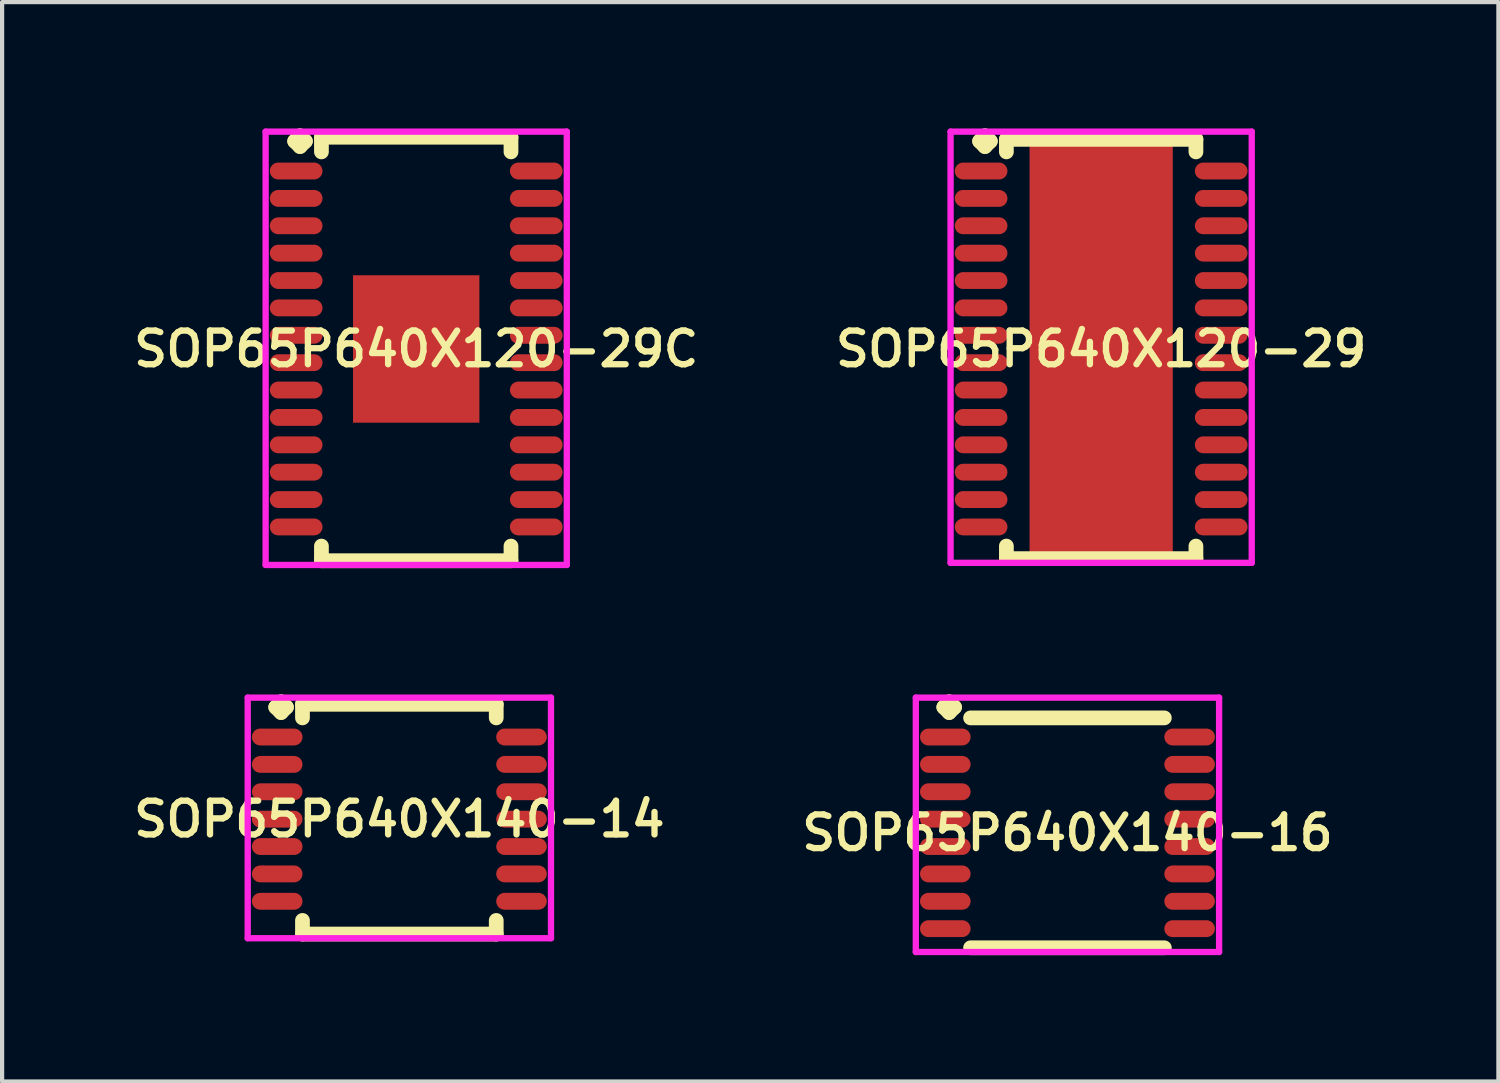
<source format=kicad_pcb>
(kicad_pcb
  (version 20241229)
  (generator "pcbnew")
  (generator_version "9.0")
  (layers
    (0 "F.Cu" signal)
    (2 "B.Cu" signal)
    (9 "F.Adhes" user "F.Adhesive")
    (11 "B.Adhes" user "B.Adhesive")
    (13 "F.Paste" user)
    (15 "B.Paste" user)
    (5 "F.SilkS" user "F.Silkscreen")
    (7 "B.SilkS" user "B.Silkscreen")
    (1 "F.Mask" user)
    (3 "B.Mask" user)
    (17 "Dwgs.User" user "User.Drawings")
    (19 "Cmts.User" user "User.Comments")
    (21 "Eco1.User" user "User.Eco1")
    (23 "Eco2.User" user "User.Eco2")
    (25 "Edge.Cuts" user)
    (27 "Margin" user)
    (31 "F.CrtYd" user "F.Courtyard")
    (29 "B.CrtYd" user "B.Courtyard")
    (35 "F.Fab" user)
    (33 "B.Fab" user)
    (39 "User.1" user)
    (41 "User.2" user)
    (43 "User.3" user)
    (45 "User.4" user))
  (footprint "SOP65P640X140-16"
    (layer "F.Cu")
    (at 22.292 16.722)
    (property "Reference" "SOP65P640X140-16" (at 0 0 0) (layer "F.SilkS") (effects (font (size 0.8 0.8) (thickness 0.15))))
    (attr smd)
    (fp_line (start -2.935 -2.983) (end -2.808 -3.11) (stroke (width 0.35) (type solid)) (layer "F.SilkS"))
    (fp_line (start -2.808 -3.11) (end -2.681 -2.983) (stroke (width 0.35) (type solid)) (layer "F.SilkS"))
    (fp_line (start -2.808 -2.856) (end -2.935 -2.983) (stroke (width 0.35) (type solid)) (layer "F.SilkS"))
    (fp_line (start -2.681 -2.983) (end -2.808 -2.856) (stroke (width 0.35) (type solid)) (layer "F.SilkS"))
    (fp_line (start -2.3 -2.729) (end 2.3 -2.729) (stroke (width 0.35) (type solid)) (layer "F.SilkS"))
    (fp_line (start -2.3 2.729) (end 2.3 2.729) (stroke (width 0.35) (type solid)) (layer "F.SilkS"))
    (fp_line (start -3.6 -3.21) (end 3.6 -3.21) (stroke (width 0.15) (type solid)) (layer "F.CrtYd"))
    (fp_line (start -3.6 2.829) (end -3.6 -3.21) (stroke (width 0.15) (type solid)) (layer "F.CrtYd"))
    (fp_line (start 3.6 -3.21) (end 3.6 2.829) (stroke (width 0.15) (type solid)) (layer "F.CrtYd"))
    (fp_line (start 3.6 2.829) (end -3.6 2.829) (stroke (width 0.15) (type solid)) (layer "F.CrtYd"))
    (pad "1" smd oval (at -2.9 -2.275) (size 1.2 0.4) (layers "F.Cu" "F.Mask" "F.Paste"))
    (pad "2" smd oval (at -2.9 -1.625) (size 1.2 0.4) (layers "F.Cu" "F.Mask" "F.Paste"))
    (pad "3" smd oval (at -2.9 -0.975) (size 1.2 0.4) (layers "F.Cu" "F.Mask" "F.Paste"))
    (pad "4" smd oval (at -2.9 -0.325) (size 1.2 0.4) (layers "F.Cu" "F.Mask" "F.Paste"))
    (pad "5" smd oval (at -2.9 0.325) (size 1.2 0.4) (layers "F.Cu" "F.Mask" "F.Paste"))
    (pad "6" smd oval (at -2.9 0.975) (size 1.2 0.4) (layers "F.Cu" "F.Mask" "F.Paste"))
    (pad "7" smd oval (at -2.9 1.625) (size 1.2 0.4) (layers "F.Cu" "F.Mask" "F.Paste"))
    (pad "8" smd oval (at -2.9 2.275) (size 1.2 0.4) (layers "F.Cu" "F.Mask" "F.Paste"))
    (pad "9" smd oval (at 2.9 2.275) (size 1.2 0.4) (layers "F.Cu" "F.Mask" "F.Paste"))
    (pad "10" smd oval (at 2.9 1.625) (size 1.2 0.4) (layers "F.Cu" "F.Mask" "F.Paste"))
    (pad "11" smd oval (at 2.9 0.975) (size 1.2 0.4) (layers "F.Cu" "F.Mask" "F.Paste"))
    (pad "12" smd oval (at 2.9 0.325) (size 1.2 0.4) (layers "F.Cu" "F.Mask" "F.Paste"))
    (pad "13" smd oval (at 2.9 -0.325) (size 1.2 0.4) (layers "F.Cu" "F.Mask" "F.Paste"))
    (pad "14" smd oval (at 2.9 -0.975) (size 1.2 0.4) (layers "F.Cu" "F.Mask" "F.Paste"))
    (pad "15" smd oval (at 2.9 -1.625) (size 1.2 0.4) (layers "F.Cu" "F.Mask" "F.Paste"))
    (pad "16" smd oval (at 2.9 -2.275) (size 1.2 0.4) (layers "F.Cu" "F.Mask" "F.Paste")))
  (footprint "SOP65P640X120-29C"
    (layer "F.Cu")
    (at 6.831 5.235)
    (property "Reference" "SOP65P640X120-29C" (at 0 0 0) (layer "F.SilkS") (effects (font (size 0.8 0.8) (thickness 0.15))))
    (attr smd)
    (fp_line (start -2.885 -4.933) (end -2.758 -5.06) (stroke (width 0.35) (type solid)) (layer "F.SilkS"))
    (fp_line (start -2.758 -5.06) (end -2.631 -4.933) (stroke (width 0.35) (type solid)) (layer "F.SilkS"))
    (fp_line (start -2.758 -4.806) (end -2.885 -4.933) (stroke (width 0.35) (type solid)) (layer "F.SilkS"))
    (fp_line (start -2.631 -4.933) (end -2.758 -4.806) (stroke (width 0.35) (type solid)) (layer "F.SilkS"))
    (fp_line (start -2.25 -5.027) (end 2.25 -5.027) (stroke (width 0.35) (type solid)) (layer "F.SilkS"))
    (fp_line (start -2.25 -4.679) (end -2.25 -5.027) (stroke (width 0.35) (type solid)) (layer "F.SilkS"))
    (fp_line (start -2.25 4.679) (end -2.25 5.027) (stroke (width 0.35) (type solid)) (layer "F.SilkS"))
    (fp_line (start -2.25 5.027) (end 2.25 5.027) (stroke (width 0.35) (type solid)) (layer "F.SilkS"))
    (fp_line (start 2.25 -5.027) (end 2.25 -4.679) (stroke (width 0.35) (type solid)) (layer "F.SilkS"))
    (fp_line (start 2.25 5.027) (end 2.25 4.679) (stroke (width 0.35) (type solid)) (layer "F.SilkS"))
    (fp_line (start -3.575 -5.16) (end 3.575 -5.16) (stroke (width 0.15) (type solid)) (layer "F.CrtYd"))
    (fp_line (start -3.575 5.127) (end -3.575 -5.16) (stroke (width 0.15) (type solid)) (layer "F.CrtYd"))
    (fp_line (start 3.575 -5.16) (end 3.575 5.127) (stroke (width 0.15) (type solid)) (layer "F.CrtYd"))
    (fp_line (start 3.575 5.127) (end -3.575 5.127) (stroke (width 0.15) (type solid)) (layer "F.CrtYd"))
    (pad "1" smd oval (at -2.85 -4.225) (size 1.25 0.4) (layers "F.Cu" "F.Mask" "F.Paste"))
    (pad "2" smd oval (at -2.85 -3.575) (size 1.25 0.4) (layers "F.Cu" "F.Mask" "F.Paste"))
    (pad "3" smd oval (at -2.85 -2.925) (size 1.25 0.4) (layers "F.Cu" "F.Mask" "F.Paste"))
    (pad "4" smd oval (at -2.85 -2.275) (size 1.25 0.4) (layers "F.Cu" "F.Mask" "F.Paste"))
    (pad "5" smd oval (at -2.85 -1.625) (size 1.25 0.4) (layers "F.Cu" "F.Mask" "F.Paste"))
    (pad "6" smd oval (at -2.85 -0.975) (size 1.25 0.4) (layers "F.Cu" "F.Mask" "F.Paste"))
    (pad "7" smd oval (at -2.85 -0.325) (size 1.25 0.4) (layers "F.Cu" "F.Mask" "F.Paste"))
    (pad "8" smd oval (at -2.85 0.325) (size 1.25 0.4) (layers "F.Cu" "F.Mask" "F.Paste"))
    (pad "9" smd oval (at -2.85 0.975) (size 1.25 0.4) (layers "F.Cu" "F.Mask" "F.Paste"))
    (pad "10" smd oval (at -2.85 1.625) (size 1.25 0.4) (layers "F.Cu" "F.Mask" "F.Paste"))
    (pad "11" smd oval (at -2.85 2.275) (size 1.25 0.4) (layers "F.Cu" "F.Mask" "F.Paste"))
    (pad "12" smd oval (at -2.85 2.925) (size 1.25 0.4) (layers "F.Cu" "F.Mask" "F.Paste"))
    (pad "13" smd oval (at -2.85 3.575) (size 1.25 0.4) (layers "F.Cu" "F.Mask" "F.Paste"))
    (pad "14" smd oval (at -2.85 4.225) (size 1.25 0.4) (layers "F.Cu" "F.Mask" "F.Paste"))
    (pad "15" smd oval (at 2.85 4.225) (size 1.25 0.4) (layers "F.Cu" "F.Mask" "F.Paste"))
    (pad "16" smd oval (at 2.85 3.575) (size 1.25 0.4) (layers "F.Cu" "F.Mask" "F.Paste"))
    (pad "17" smd oval (at 2.85 2.925) (size 1.25 0.4) (layers "F.Cu" "F.Mask" "F.Paste"))
    (pad "18" smd oval (at 2.85 2.275) (size 1.25 0.4) (layers "F.Cu" "F.Mask" "F.Paste"))
    (pad "19" smd oval (at 2.85 1.625) (size 1.25 0.4) (layers "F.Cu" "F.Mask" "F.Paste"))
    (pad "20" smd oval (at 2.85 0.975) (size 1.25 0.4) (layers "F.Cu" "F.Mask" "F.Paste"))
    (pad "21" smd oval (at 2.85 0.325) (size 1.25 0.4) (layers "F.Cu" "F.Mask" "F.Paste"))
    (pad "22" smd oval (at 2.85 -0.325) (size 1.25 0.4) (layers "F.Cu" "F.Mask" "F.Paste"))
    (pad "23" smd oval (at 2.85 -0.975) (size 1.25 0.4) (layers "F.Cu" "F.Mask" "F.Paste"))
    (pad "24" smd oval (at 2.85 -1.625) (size 1.25 0.4) (layers "F.Cu" "F.Mask" "F.Paste"))
    (pad "25" smd oval (at 2.85 -2.275) (size 1.25 0.4) (layers "F.Cu" "F.Mask" "F.Paste"))
    (pad "26" smd oval (at 2.85 -2.925) (size 1.25 0.4) (layers "F.Cu" "F.Mask" "F.Paste"))
    (pad "27" smd oval (at 2.85 -3.575) (size 1.25 0.4) (layers "F.Cu" "F.Mask" "F.Paste"))
    (pad "28" smd oval (at 2.85 -4.225) (size 1.25 0.4) (layers "F.Cu" "F.Mask" "F.Paste"))
    (pad "29" smd rect (at 0 0) (size 3 3.5) (layers "F.Cu" "F.Mask" "F.Paste")))
  (footprint "SOP65P640X120-29"
    (layer "F.Cu")
    (at 23.092 5.235)
    (property "Reference" "SOP65P640X120-29" (at 0 0 0) (layer "F.SilkS") (effects (font (size 0.8 0.8) (thickness 0.15))))
    (attr smd)
    (fp_line (start -2.885 -4.933) (end -2.758 -5.06) (stroke (width 0.35) (type solid)) (layer "F.SilkS"))
    (fp_line (start -2.758 -5.06) (end -2.631 -4.933) (stroke (width 0.35) (type solid)) (layer "F.SilkS"))
    (fp_line (start -2.758 -4.806) (end -2.885 -4.933) (stroke (width 0.35) (type solid)) (layer "F.SilkS"))
    (fp_line (start -2.631 -4.933) (end -2.758 -4.806) (stroke (width 0.35) (type solid)) (layer "F.SilkS"))
    (fp_line (start -2.25 -4.977) (end 2.25 -4.977) (stroke (width 0.35) (type solid)) (layer "F.SilkS"))
    (fp_line (start -2.25 -4.679) (end -2.25 -4.977) (stroke (width 0.35) (type solid)) (layer "F.SilkS"))
    (fp_line (start -2.25 4.679) (end -2.25 4.977) (stroke (width 0.35) (type solid)) (layer "F.SilkS"))
    (fp_line (start -2.25 4.977) (end 2.25 4.977) (stroke (width 0.35) (type solid)) (layer "F.SilkS"))
    (fp_line (start 2.25 -4.977) (end 2.25 -4.679) (stroke (width 0.35) (type solid)) (layer "F.SilkS"))
    (fp_line (start 2.25 4.977) (end 2.25 4.679) (stroke (width 0.35) (type solid)) (layer "F.SilkS"))
    (fp_line (start -3.575 -5.16) (end 3.575 -5.16) (stroke (width 0.15) (type solid)) (layer "F.CrtYd"))
    (fp_line (start -3.575 5.077) (end -3.575 -5.16) (stroke (width 0.15) (type solid)) (layer "F.CrtYd"))
    (fp_line (start 3.575 -5.16) (end 3.575 5.077) (stroke (width 0.15) (type solid)) (layer "F.CrtYd"))
    (fp_line (start 3.575 5.077) (end -3.575 5.077) (stroke (width 0.15) (type solid)) (layer "F.CrtYd"))
    (pad "1" smd oval (at -2.85 -4.225) (size 1.25 0.4) (layers "F.Cu" "F.Mask" "F.Paste"))
    (pad "2" smd oval (at -2.85 -3.575) (size 1.25 0.4) (layers "F.Cu" "F.Mask" "F.Paste"))
    (pad "3" smd oval (at -2.85 -2.925) (size 1.25 0.4) (layers "F.Cu" "F.Mask" "F.Paste"))
    (pad "4" smd oval (at -2.85 -2.275) (size 1.25 0.4) (layers "F.Cu" "F.Mask" "F.Paste"))
    (pad "5" smd oval (at -2.85 -1.625) (size 1.25 0.4) (layers "F.Cu" "F.Mask" "F.Paste"))
    (pad "6" smd oval (at -2.85 -0.975) (size 1.25 0.4) (layers "F.Cu" "F.Mask" "F.Paste"))
    (pad "7" smd oval (at -2.85 -0.325) (size 1.25 0.4) (layers "F.Cu" "F.Mask" "F.Paste"))
    (pad "8" smd oval (at -2.85 0.325) (size 1.25 0.4) (layers "F.Cu" "F.Mask" "F.Paste"))
    (pad "9" smd oval (at -2.85 0.975) (size 1.25 0.4) (layers "F.Cu" "F.Mask" "F.Paste"))
    (pad "10" smd oval (at -2.85 1.625) (size 1.25 0.4) (layers "F.Cu" "F.Mask" "F.Paste"))
    (pad "11" smd oval (at -2.85 2.275) (size 1.25 0.4) (layers "F.Cu" "F.Mask" "F.Paste"))
    (pad "12" smd oval (at -2.85 2.925) (size 1.25 0.4) (layers "F.Cu" "F.Mask" "F.Paste"))
    (pad "13" smd oval (at -2.85 3.575) (size 1.25 0.4) (layers "F.Cu" "F.Mask" "F.Paste"))
    (pad "14" smd oval (at -2.85 4.225) (size 1.25 0.4) (layers "F.Cu" "F.Mask" "F.Paste"))
    (pad "15" smd oval (at 2.85 4.225) (size 1.25 0.4) (layers "F.Cu" "F.Mask" "F.Paste"))
    (pad "16" smd oval (at 2.85 3.575) (size 1.25 0.4) (layers "F.Cu" "F.Mask" "F.Paste"))
    (pad "17" smd oval (at 2.85 2.925) (size 1.25 0.4) (layers "F.Cu" "F.Mask" "F.Paste"))
    (pad "18" smd oval (at 2.85 2.275) (size 1.25 0.4) (layers "F.Cu" "F.Mask" "F.Paste"))
    (pad "19" smd oval (at 2.85 1.625) (size 1.25 0.4) (layers "F.Cu" "F.Mask" "F.Paste"))
    (pad "20" smd oval (at 2.85 0.975) (size 1.25 0.4) (layers "F.Cu" "F.Mask" "F.Paste"))
    (pad "21" smd oval (at 2.85 0.325) (size 1.25 0.4) (layers "F.Cu" "F.Mask" "F.Paste"))
    (pad "22" smd oval (at 2.85 -0.325) (size 1.25 0.4) (layers "F.Cu" "F.Mask" "F.Paste"))
    (pad "23" smd oval (at 2.85 -0.975) (size 1.25 0.4) (layers "F.Cu" "F.Mask" "F.Paste"))
    (pad "24" smd oval (at 2.85 -1.625) (size 1.25 0.4) (layers "F.Cu" "F.Mask" "F.Paste"))
    (pad "25" smd oval (at 2.85 -2.275) (size 1.25 0.4) (layers "F.Cu" "F.Mask" "F.Paste"))
    (pad "26" smd oval (at 2.85 -2.925) (size 1.25 0.4) (layers "F.Cu" "F.Mask" "F.Paste"))
    (pad "27" smd oval (at 2.85 -3.575) (size 1.25 0.4) (layers "F.Cu" "F.Mask" "F.Paste"))
    (pad "28" smd oval (at 2.85 -4.225) (size 1.25 0.4) (layers "F.Cu" "F.Mask" "F.Paste"))
    (pad "29" smd rect (at 0 0) (size 3.4 9.7) (layers "F.Cu" "F.Mask" "F.Paste")))
  (footprint "SOP65P640X140-14"
    (layer "F.Cu")
    (at 6.431 16.397)
    (property "Reference" "SOP65P640X140-14" (at 0 0 0) (layer "F.SilkS") (effects (font (size 0.8 0.8) (thickness 0.15))))
    (attr smd)
    (fp_line (start -2.935 -2.658) (end -2.808 -2.785) (stroke (width 0.35) (type solid)) (layer "F.SilkS"))
    (fp_line (start -2.808 -2.785) (end -2.681 -2.658) (stroke (width 0.35) (type solid)) (layer "F.SilkS"))
    (fp_line (start -2.808 -2.531) (end -2.935 -2.658) (stroke (width 0.35) (type solid)) (layer "F.SilkS"))
    (fp_line (start -2.681 -2.658) (end -2.808 -2.531) (stroke (width 0.35) (type solid)) (layer "F.SilkS"))
    (fp_line (start -2.3 -2.727) (end 2.3 -2.727) (stroke (width 0.35) (type solid)) (layer "F.SilkS"))
    (fp_line (start -2.3 -2.404) (end -2.3 -2.727) (stroke (width 0.35) (type solid)) (layer "F.SilkS"))
    (fp_line (start -2.3 2.404) (end -2.3 2.727) (stroke (width 0.35) (type solid)) (layer "F.SilkS"))
    (fp_line (start -2.3 2.727) (end 2.3 2.727) (stroke (width 0.35) (type solid)) (layer "F.SilkS"))
    (fp_line (start 2.3 -2.727) (end 2.3 -2.404) (stroke (width 0.35) (type solid)) (layer "F.SilkS"))
    (fp_line (start 2.3 2.727) (end 2.3 2.404) (stroke (width 0.35) (type solid)) (layer "F.SilkS"))
    (fp_line (start -3.6 -2.885) (end 3.6 -2.885) (stroke (width 0.15) (type solid)) (layer "F.CrtYd"))
    (fp_line (start -3.6 2.827) (end -3.6 -2.885) (stroke (width 0.15) (type solid)) (layer "F.CrtYd"))
    (fp_line (start 3.6 -2.885) (end 3.6 2.827) (stroke (width 0.15) (type solid)) (layer "F.CrtYd"))
    (fp_line (start 3.6 2.827) (end -3.6 2.827) (stroke (width 0.15) (type solid)) (layer "F.CrtYd"))
    (pad "1" smd oval (at -2.9 -1.95) (size 1.2 0.4) (layers "F.Cu" "F.Mask" "F.Paste"))
    (pad "2" smd oval (at -2.9 -1.3) (size 1.2 0.4) (layers "F.Cu" "F.Mask" "F.Paste"))
    (pad "3" smd oval (at -2.9 -0.65) (size 1.2 0.4) (layers "F.Cu" "F.Mask" "F.Paste"))
    (pad "4" smd oval (at -2.9 0) (size 1.2 0.4) (layers "F.Cu" "F.Mask" "F.Paste"))
    (pad "5" smd oval (at -2.9 0.65) (size 1.2 0.4) (layers "F.Cu" "F.Mask" "F.Paste"))
    (pad "6" smd oval (at -2.9 1.3) (size 1.2 0.4) (layers "F.Cu" "F.Mask" "F.Paste"))
    (pad "7" smd oval (at -2.9 1.95) (size 1.2 0.4) (layers "F.Cu" "F.Mask" "F.Paste"))
    (pad "8" smd oval (at 2.9 1.95) (size 1.2 0.4) (layers "F.Cu" "F.Mask" "F.Paste"))
    (pad "9" smd oval (at 2.9 1.3) (size 1.2 0.4) (layers "F.Cu" "F.Mask" "F.Paste"))
    (pad "10" smd oval (at 2.9 0.65) (size 1.2 0.4) (layers "F.Cu" "F.Mask" "F.Paste"))
    (pad "11" smd oval (at 2.9 0) (size 1.2 0.4) (layers "F.Cu" "F.Mask" "F.Paste"))
    (pad "12" smd oval (at 2.9 -0.65) (size 1.2 0.4) (layers "F.Cu" "F.Mask" "F.Paste"))
    (pad "13" smd oval (at 2.9 -1.3) (size 1.2 0.4) (layers "F.Cu" "F.Mask" "F.Paste"))
    (pad "14" smd oval (at 2.9 -1.95) (size 1.2 0.4) (layers "F.Cu" "F.Mask" "F.Paste")))
  (gr_rect
    (start -3 -3)
    (end 32.523 22.626)
    (stroke (width 0.1) (type default))
    (fill no)
    (layer "Edge.Cuts")))
</source>
